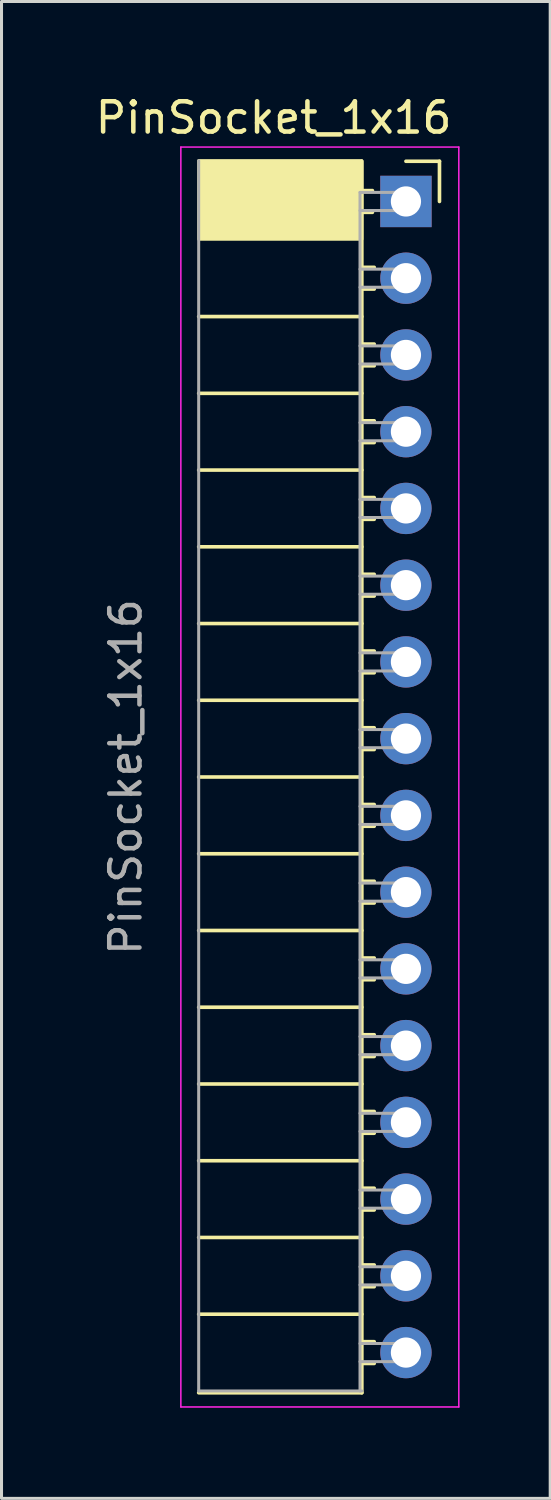
<source format=kicad_pcb>
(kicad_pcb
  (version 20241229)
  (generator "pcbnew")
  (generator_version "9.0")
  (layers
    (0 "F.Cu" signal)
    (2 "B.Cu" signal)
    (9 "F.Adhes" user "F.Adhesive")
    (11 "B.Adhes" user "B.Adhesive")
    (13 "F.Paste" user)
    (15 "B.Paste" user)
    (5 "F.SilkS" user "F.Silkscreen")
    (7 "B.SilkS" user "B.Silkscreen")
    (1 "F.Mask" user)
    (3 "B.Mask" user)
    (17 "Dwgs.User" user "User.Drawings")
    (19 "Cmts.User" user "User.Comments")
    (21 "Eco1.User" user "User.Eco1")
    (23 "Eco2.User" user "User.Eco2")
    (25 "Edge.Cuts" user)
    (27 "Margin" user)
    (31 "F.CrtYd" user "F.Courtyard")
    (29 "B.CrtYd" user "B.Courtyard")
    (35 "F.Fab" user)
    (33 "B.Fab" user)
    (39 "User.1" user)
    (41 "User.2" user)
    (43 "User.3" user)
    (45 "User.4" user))
  (footprint "PinSocket_1x16"
    (layer "F.Cu")
    (at 10.386 3.618)
    (property "Reference" "PinSocket_1x16" (at -4.38 -2.77 0) (layer "F.SilkS") (effects (font (size 1 1) (thickness 0.15))))
    (attr through_hole)
    (fp_line (start -6.86 3.81) (end -1.46 3.81) (stroke (width 0.12) (type solid)) (layer "F.SilkS"))
    (fp_line (start -6.86 6.35) (end -1.46 6.35) (stroke (width 0.12) (type solid)) (layer "F.SilkS"))
    (fp_line (start -6.86 8.89) (end -1.46 8.89) (stroke (width 0.12) (type solid)) (layer "F.SilkS"))
    (fp_line (start -6.86 11.43) (end -1.46 11.43) (stroke (width 0.12) (type solid)) (layer "F.SilkS"))
    (fp_line (start -6.86 13.97) (end -1.46 13.97) (stroke (width 0.12) (type solid)) (layer "F.SilkS"))
    (fp_line (start -6.86 16.51) (end -1.46 16.51) (stroke (width 0.12) (type solid)) (layer "F.SilkS"))
    (fp_line (start -6.86 19.05) (end -1.46 19.05) (stroke (width 0.12) (type solid)) (layer "F.SilkS"))
    (fp_line (start -6.86 21.59) (end -1.46 21.59) (stroke (width 0.12) (type solid)) (layer "F.SilkS"))
    (fp_line (start -6.86 24.13) (end -1.46 24.13) (stroke (width 0.12) (type solid)) (layer "F.SilkS"))
    (fp_line (start -6.86 26.67) (end -1.46 26.67) (stroke (width 0.12) (type solid)) (layer "F.SilkS"))
    (fp_line (start -6.86 29.21) (end -1.46 29.21) (stroke (width 0.12) (type solid)) (layer "F.SilkS"))
    (fp_line (start -6.86 31.75) (end -1.46 31.75) (stroke (width 0.12) (type solid)) (layer "F.SilkS"))
    (fp_line (start -6.86 34.29) (end -1.46 34.29) (stroke (width 0.12) (type solid)) (layer "F.SilkS"))
    (fp_line (start -6.86 36.83) (end -1.46 36.83) (stroke (width 0.12) (type solid)) (layer "F.SilkS"))
    (fp_line (start -6.86 39.43) (end -1.46 39.43) (stroke (width 0.12) (type solid)) (layer "F.SilkS"))
    (fp_line (start -1.46 -1.33) (end -1.46 39.43) (stroke (width 0.12) (type solid)) (layer "F.SilkS"))
    (fp_line (start -1.46 -0.36) (end -1.11 -0.36) (stroke (width 0.12) (type solid)) (layer "F.SilkS"))
    (fp_line (start -1.46 0.36) (end -1.11 0.36) (stroke (width 0.12) (type solid)) (layer "F.SilkS"))
    (fp_line (start -1.46 2.18) (end -1.05 2.18) (stroke (width 0.12) (type solid)) (layer "F.SilkS"))
    (fp_line (start -1.46 2.9) (end -1.05 2.9) (stroke (width 0.12) (type solid)) (layer "F.SilkS"))
    (fp_line (start -1.46 4.72) (end -1.05 4.72) (stroke (width 0.12) (type solid)) (layer "F.SilkS"))
    (fp_line (start -1.46 5.44) (end -1.05 5.44) (stroke (width 0.12) (type solid)) (layer "F.SilkS"))
    (fp_line (start -1.46 7.26) (end -1.05 7.26) (stroke (width 0.12) (type solid)) (layer "F.SilkS"))
    (fp_line (start -1.46 7.98) (end -1.05 7.98) (stroke (width 0.12) (type solid)) (layer "F.SilkS"))
    (fp_line (start -1.46 9.8) (end -1.05 9.8) (stroke (width 0.12) (type solid)) (layer "F.SilkS"))
    (fp_line (start -1.46 10.52) (end -1.05 10.52) (stroke (width 0.12) (type solid)) (layer "F.SilkS"))
    (fp_line (start -1.46 12.34) (end -1.05 12.34) (stroke (width 0.12) (type solid)) (layer "F.SilkS"))
    (fp_line (start -1.46 13.06) (end -1.05 13.06) (stroke (width 0.12) (type solid)) (layer "F.SilkS"))
    (fp_line (start -1.46 14.88) (end -1.05 14.88) (stroke (width 0.12) (type solid)) (layer "F.SilkS"))
    (fp_line (start -1.46 15.6) (end -1.05 15.6) (stroke (width 0.12) (type solid)) (layer "F.SilkS"))
    (fp_line (start -1.46 17.42) (end -1.05 17.42) (stroke (width 0.12) (type solid)) (layer "F.SilkS"))
    (fp_line (start -1.46 18.14) (end -1.05 18.14) (stroke (width 0.12) (type solid)) (layer "F.SilkS"))
    (fp_line (start -1.46 19.96) (end -1.05 19.96) (stroke (width 0.12) (type solid)) (layer "F.SilkS"))
    (fp_line (start -1.46 20.68) (end -1.05 20.68) (stroke (width 0.12) (type solid)) (layer "F.SilkS"))
    (fp_line (start -1.46 22.5) (end -1.05 22.5) (stroke (width 0.12) (type solid)) (layer "F.SilkS"))
    (fp_line (start -1.46 23.22) (end -1.05 23.22) (stroke (width 0.12) (type solid)) (layer "F.SilkS"))
    (fp_line (start -1.46 25.04) (end -1.05 25.04) (stroke (width 0.12) (type solid)) (layer "F.SilkS"))
    (fp_line (start -1.46 25.76) (end -1.05 25.76) (stroke (width 0.12) (type solid)) (layer "F.SilkS"))
    (fp_line (start -1.46 27.58) (end -1.05 27.58) (stroke (width 0.12) (type solid)) (layer "F.SilkS"))
    (fp_line (start -1.46 28.3) (end -1.05 28.3) (stroke (width 0.12) (type solid)) (layer "F.SilkS"))
    (fp_line (start -1.46 30.12) (end -1.05 30.12) (stroke (width 0.12) (type solid)) (layer "F.SilkS"))
    (fp_line (start -1.46 30.84) (end -1.05 30.84) (stroke (width 0.12) (type solid)) (layer "F.SilkS"))
    (fp_line (start -1.46 32.66) (end -1.05 32.66) (stroke (width 0.12) (type solid)) (layer "F.SilkS"))
    (fp_line (start -1.46 33.38) (end -1.05 33.38) (stroke (width 0.12) (type solid)) (layer "F.SilkS"))
    (fp_line (start -1.46 35.2) (end -1.05 35.2) (stroke (width 0.12) (type solid)) (layer "F.SilkS"))
    (fp_line (start -1.46 35.92) (end -1.05 35.92) (stroke (width 0.12) (type solid)) (layer "F.SilkS"))
    (fp_line (start -1.46 37.74) (end -1.05 37.74) (stroke (width 0.12) (type solid)) (layer "F.SilkS"))
    (fp_line (start -1.46 38.46) (end -1.05 38.46) (stroke (width 0.12) (type solid)) (layer "F.SilkS"))
    (fp_line (start 0 -1.33) (end 1.11 -1.33) (stroke (width 0.12) (type solid)) (layer "F.SilkS"))
    (fp_line (start 1.11 -1.33) (end 1.11 0) (stroke (width 0.12) (type solid)) (layer "F.SilkS"))
    (fp_rect (start -6.86 -1.35) (end -1.46 1.25) (stroke (width 0.1) (type solid)) (fill yes) (layer "F.SilkS"))
    (fp_line (start -7.45 -1.8) (end -7.45 39.9) (stroke (width 0.05) (type solid)) (layer "F.CrtYd"))
    (fp_line (start -7.45 39.9) (end 1.75 39.9) (stroke (width 0.05) (type solid)) (layer "F.CrtYd"))
    (fp_line (start 1.75 -1.8) (end -7.45 -1.8) (stroke (width 0.05) (type solid)) (layer "F.CrtYd"))
    (fp_line (start 1.75 39.9) (end 1.75 -1.8) (stroke (width 0.05) (type solid)) (layer "F.CrtYd"))
    (fp_line (start -6.86 39.37) (end -6.86 -1.35) (stroke (width 0.1) (type solid)) (layer "F.Fab"))
    (fp_line (start -6.86 39.37) (end -1.46 39.37) (stroke (width 0.1) (type solid)) (layer "F.Fab"))
    (fp_line (start -1.52 -0.3) (end -1.52 39.37) (stroke (width 0.1) (type solid)) (layer "F.Fab"))
    (fp_line (start -1.52 0.3) (end 0 0.3) (stroke (width 0.1) (type solid)) (layer "F.Fab"))
    (fp_line (start -1.52 2.84) (end 0 2.84) (stroke (width 0.1) (type solid)) (layer "F.Fab"))
    (fp_line (start -1.52 5.38) (end 0 5.38) (stroke (width 0.1) (type solid)) (layer "F.Fab"))
    (fp_line (start -1.52 7.92) (end 0 7.92) (stroke (width 0.1) (type solid)) (layer "F.Fab"))
    (fp_line (start -1.52 10.46) (end 0 10.46) (stroke (width 0.1) (type solid)) (layer "F.Fab"))
    (fp_line (start -1.52 13) (end 0 13) (stroke (width 0.1) (type solid)) (layer "F.Fab"))
    (fp_line (start -1.52 15.54) (end 0 15.54) (stroke (width 0.1) (type solid)) (layer "F.Fab"))
    (fp_line (start -1.52 18.08) (end 0 18.08) (stroke (width 0.1) (type solid)) (layer "F.Fab"))
    (fp_line (start -1.52 20.62) (end 0 20.62) (stroke (width 0.1) (type solid)) (layer "F.Fab"))
    (fp_line (start -1.52 23.16) (end 0 23.16) (stroke (width 0.1) (type solid)) (layer "F.Fab"))
    (fp_line (start -1.52 25.7) (end 0 25.7) (stroke (width 0.1) (type solid)) (layer "F.Fab"))
    (fp_line (start -1.52 28.24) (end 0 28.24) (stroke (width 0.1) (type solid)) (layer "F.Fab"))
    (fp_line (start -1.52 30.78) (end 0 30.78) (stroke (width 0.1) (type solid)) (layer "F.Fab"))
    (fp_line (start -1.52 33.32) (end 0 33.32) (stroke (width 0.1) (type solid)) (layer "F.Fab"))
    (fp_line (start -1.52 35.86) (end 0 35.86) (stroke (width 0.1) (type solid)) (layer "F.Fab"))
    (fp_line (start -1.52 38.4) (end 0 38.4) (stroke (width 0.1) (type solid)) (layer "F.Fab"))
    (fp_line (start 0 -0.3) (end -1.52 -0.3) (stroke (width 0.1) (type solid)) (layer "F.Fab"))
    (fp_line (start 0 0.3) (end 0 -0.3) (stroke (width 0.1) (type solid)) (layer "F.Fab"))
    (fp_line (start 0 2.24) (end -1.52 2.24) (stroke (width 0.1) (type solid)) (layer "F.Fab"))
    (fp_line (start 0 2.84) (end 0 2.24) (stroke (width 0.1) (type solid)) (layer "F.Fab"))
    (fp_line (start 0 4.78) (end -1.52 4.78) (stroke (width 0.1) (type solid)) (layer "F.Fab"))
    (fp_line (start 0 5.38) (end 0 4.78) (stroke (width 0.1) (type solid)) (layer "F.Fab"))
    (fp_line (start 0 7.32) (end -1.52 7.32) (stroke (width 0.1) (type solid)) (layer "F.Fab"))
    (fp_line (start 0 7.92) (end 0 7.32) (stroke (width 0.1) (type solid)) (layer "F.Fab"))
    (fp_line (start 0 9.86) (end -1.52 9.86) (stroke (width 0.1) (type solid)) (layer "F.Fab"))
    (fp_line (start 0 10.46) (end 0 9.86) (stroke (width 0.1) (type solid)) (layer "F.Fab"))
    (fp_line (start 0 12.4) (end -1.52 12.4) (stroke (width 0.1) (type solid)) (layer "F.Fab"))
    (fp_line (start 0 13) (end 0 12.4) (stroke (width 0.1) (type solid)) (layer "F.Fab"))
    (fp_line (start 0 14.94) (end -1.52 14.94) (stroke (width 0.1) (type solid)) (layer "F.Fab"))
    (fp_line (start 0 15.54) (end 0 14.94) (stroke (width 0.1) (type solid)) (layer "F.Fab"))
    (fp_line (start 0 17.48) (end -1.52 17.48) (stroke (width 0.1) (type solid)) (layer "F.Fab"))
    (fp_line (start 0 18.08) (end 0 17.48) (stroke (width 0.1) (type solid)) (layer "F.Fab"))
    (fp_line (start 0 20.02) (end -1.52 20.02) (stroke (width 0.1) (type solid)) (layer "F.Fab"))
    (fp_line (start 0 20.62) (end 0 20.02) (stroke (width 0.1) (type solid)) (layer "F.Fab"))
    (fp_line (start 0 22.56) (end -1.52 22.56) (stroke (width 0.1) (type solid)) (layer "F.Fab"))
    (fp_line (start 0 23.16) (end 0 22.56) (stroke (width 0.1) (type solid)) (layer "F.Fab"))
    (fp_line (start 0 25.1) (end -1.52 25.1) (stroke (width 0.1) (type solid)) (layer "F.Fab"))
    (fp_line (start 0 25.7) (end 0 25.1) (stroke (width 0.1) (type solid)) (layer "F.Fab"))
    (fp_line (start 0 27.64) (end -1.52 27.64) (stroke (width 0.1) (type solid)) (layer "F.Fab"))
    (fp_line (start 0 28.24) (end 0 27.64) (stroke (width 0.1) (type solid)) (layer "F.Fab"))
    (fp_line (start 0 30.18) (end -1.52 30.18) (stroke (width 0.1) (type solid)) (layer "F.Fab"))
    (fp_line (start 0 30.78) (end 0 30.18) (stroke (width 0.1) (type solid)) (layer "F.Fab"))
    (fp_line (start 0 32.72) (end -1.52 32.72) (stroke (width 0.1) (type solid)) (layer "F.Fab"))
    (fp_line (start 0 33.32) (end 0 32.72) (stroke (width 0.1) (type solid)) (layer "F.Fab"))
    (fp_line (start 0 35.26) (end -1.52 35.26) (stroke (width 0.1) (type solid)) (layer "F.Fab"))
    (fp_line (start 0 35.86) (end 0 35.26) (stroke (width 0.1) (type solid)) (layer "F.Fab"))
    (fp_line (start 0 37.8) (end -1.52 37.8) (stroke (width 0.1) (type solid)) (layer "F.Fab"))
    (fp_line (start 0 38.4) (end 0 37.8) (stroke (width 0.1) (type solid)) (layer "F.Fab"))
    (fp_text user "${REFERENCE}" (at -9.275 19.05 90) (layer "F.Fab") (effects (font (size 1 1) (thickness 0.15))))
    (pad "1" thru_hole rect (at 0 0) (size 1.7 1.7) (drill 1) (layers "*.Cu" "*.Mask"))
    (pad "2" thru_hole oval (at 0 2.54) (size 1.7 1.7) (drill 1) (layers "*.Cu" "*.Mask"))
    (pad "3" thru_hole oval (at 0 5.08) (size 1.7 1.7) (drill 1) (layers "*.Cu" "*.Mask"))
    (pad "4" thru_hole oval (at 0 7.62) (size 1.7 1.7) (drill 1) (layers "*.Cu" "*.Mask"))
    (pad "5" thru_hole oval (at 0 10.16) (size 1.7 1.7) (drill 1) (layers "*.Cu" "*.Mask"))
    (pad "6" thru_hole oval (at 0 12.7) (size 1.7 1.7) (drill 1) (layers "*.Cu" "*.Mask"))
    (pad "7" thru_hole oval (at 0 15.24) (size 1.7 1.7) (drill 1) (layers "*.Cu" "*.Mask"))
    (pad "8" thru_hole oval (at 0 17.78) (size 1.7 1.7) (drill 1) (layers "*.Cu" "*.Mask"))
    (pad "9" thru_hole oval (at 0 20.32) (size 1.7 1.7) (drill 1) (layers "*.Cu" "*.Mask"))
    (pad "10" thru_hole oval (at 0 22.86) (size 1.7 1.7) (drill 1) (layers "*.Cu" "*.Mask"))
    (pad "11" thru_hole oval (at 0 25.4) (size 1.7 1.7) (drill 1) (layers "*.Cu" "*.Mask"))
    (pad "12" thru_hole oval (at 0 27.94) (size 1.7 1.7) (drill 1) (layers "*.Cu" "*.Mask"))
    (pad "13" thru_hole oval (at 0 30.48) (size 1.7 1.7) (drill 1) (layers "*.Cu" "*.Mask"))
    (pad "14" thru_hole oval (at 0 33.02) (size 1.7 1.7) (drill 1) (layers "*.Cu" "*.Mask"))
    (pad "15" thru_hole oval (at 0 35.56) (size 1.7 1.7) (drill 1) (layers "*.Cu" "*.Mask"))
    (pad "16" thru_hole oval (at 0 38.1) (size 1.7 1.7) (drill 1) (layers "*.Cu" "*.Mask")))
  (gr_rect
    (start -3 -3)
    (end 15.161 46.543)
    (stroke (width 0.1) (type default))
    (fill no)
    (layer "Edge.Cuts")))
</source>
